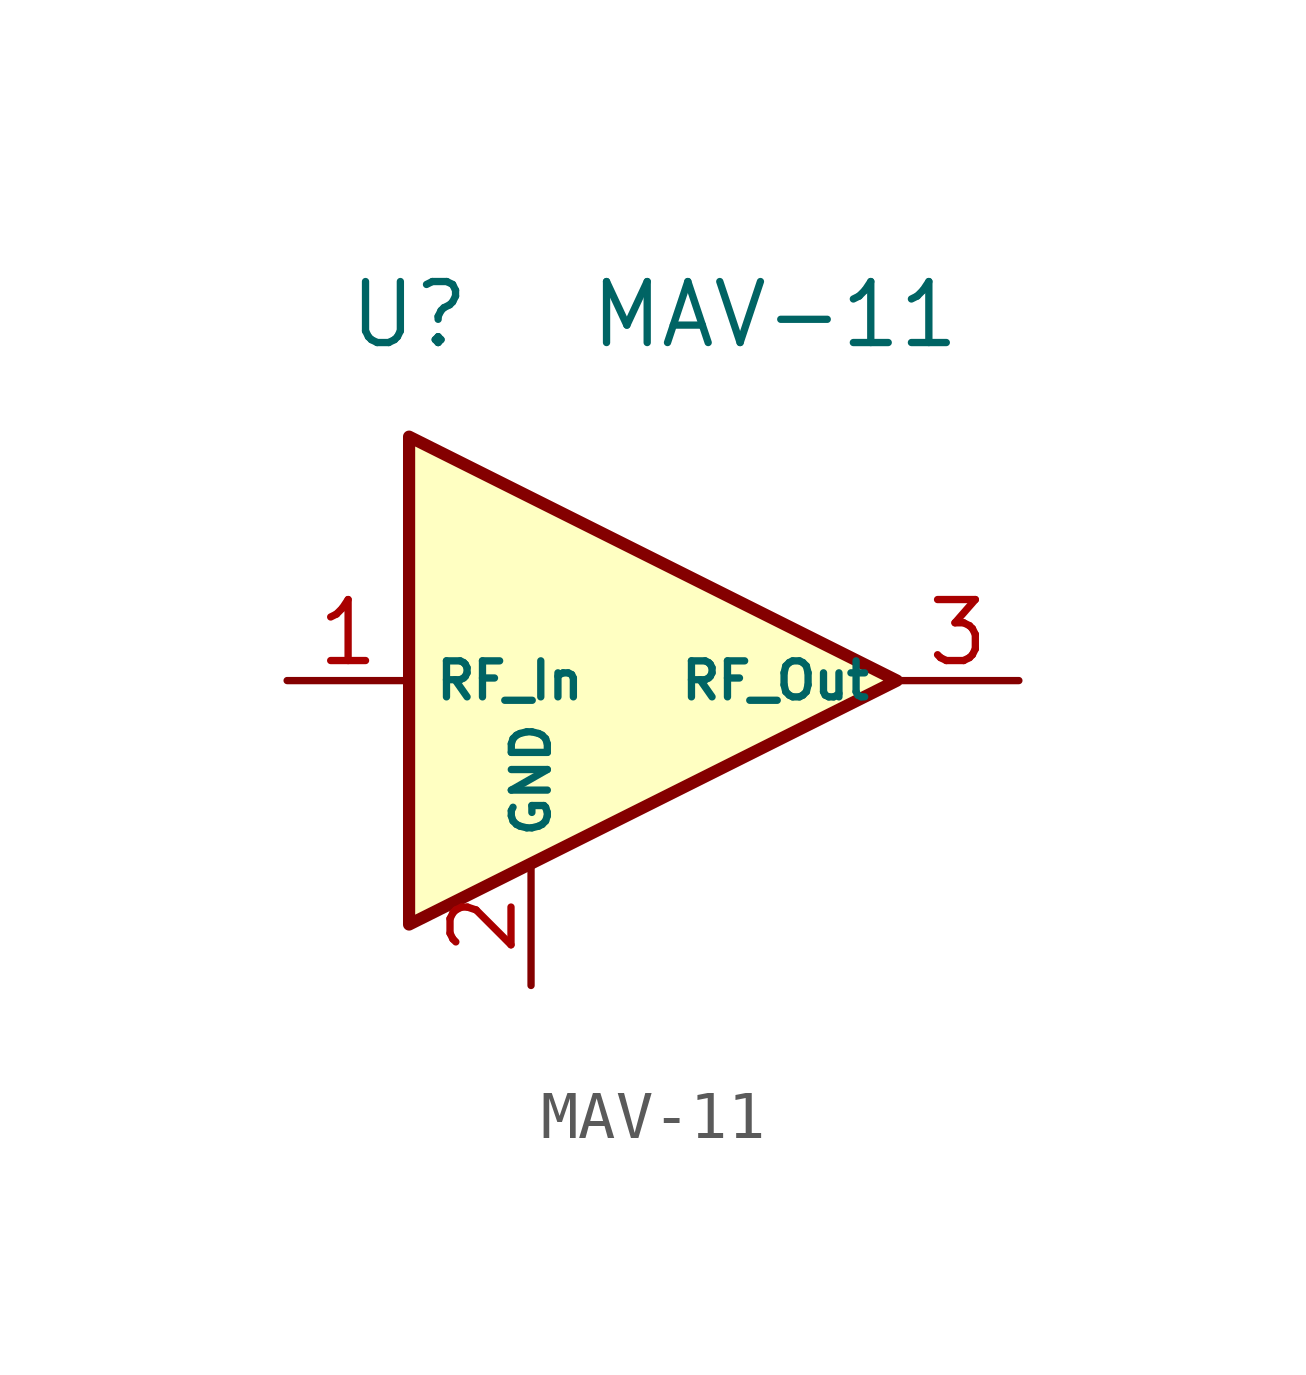
<source format=kicad_sym>
(kicad_symbol_lib
  (version 20220914)
  (generator kicad_symbol_editor)
  (symbol "MAV-11"
    (pin_names
      (offset 0.5))
    (property "Reference" "U"
      (at -2.54 7.62 0)
      (effects (font (size 1.27 1.27))))
    (property "Value" "MAV-11"
      (at 5.08 7.62 0)
      (effects (font (size 1.27 1.27))))
    (symbol "MAV-11_0_1"
      (polyline (pts (xy 7.62 0) (xy -2.54 5.08) (xy -2.54 -5.08) (xy 7.62 0)) (stroke (width 0.254) (type default)) (fill (type background))))
    (symbol "MAV-11_1_1"
      (pin passive line (at -5.08 0 0) (length 2.54) (name "RF_In" (effects (font (size 0.75 0.75)))) (number "1" (effects (font (size 1.27 1.27)))))
      (pin power_in line (at 0 -6.35 90) (length 2.54) (name "GND" (effects (font (size 0.75 0.75)))) (number "2" (effects (font (size 1.27 1.27)))))
      (pin passive line (at 10.16 0 180) (length 2.54) (name "RF_Out" (effects (font (size 0.75 0.75)))) (number "3" (effects (font (size 1.27 1.27)))))
      (pin passive line (at 0 -6.35 90) (length 2.54) hide (name "GND" (effects (font (size 0.75 0.75)))) (number "4" (effects (font (size 1.27 1.27))))))))
</source>
